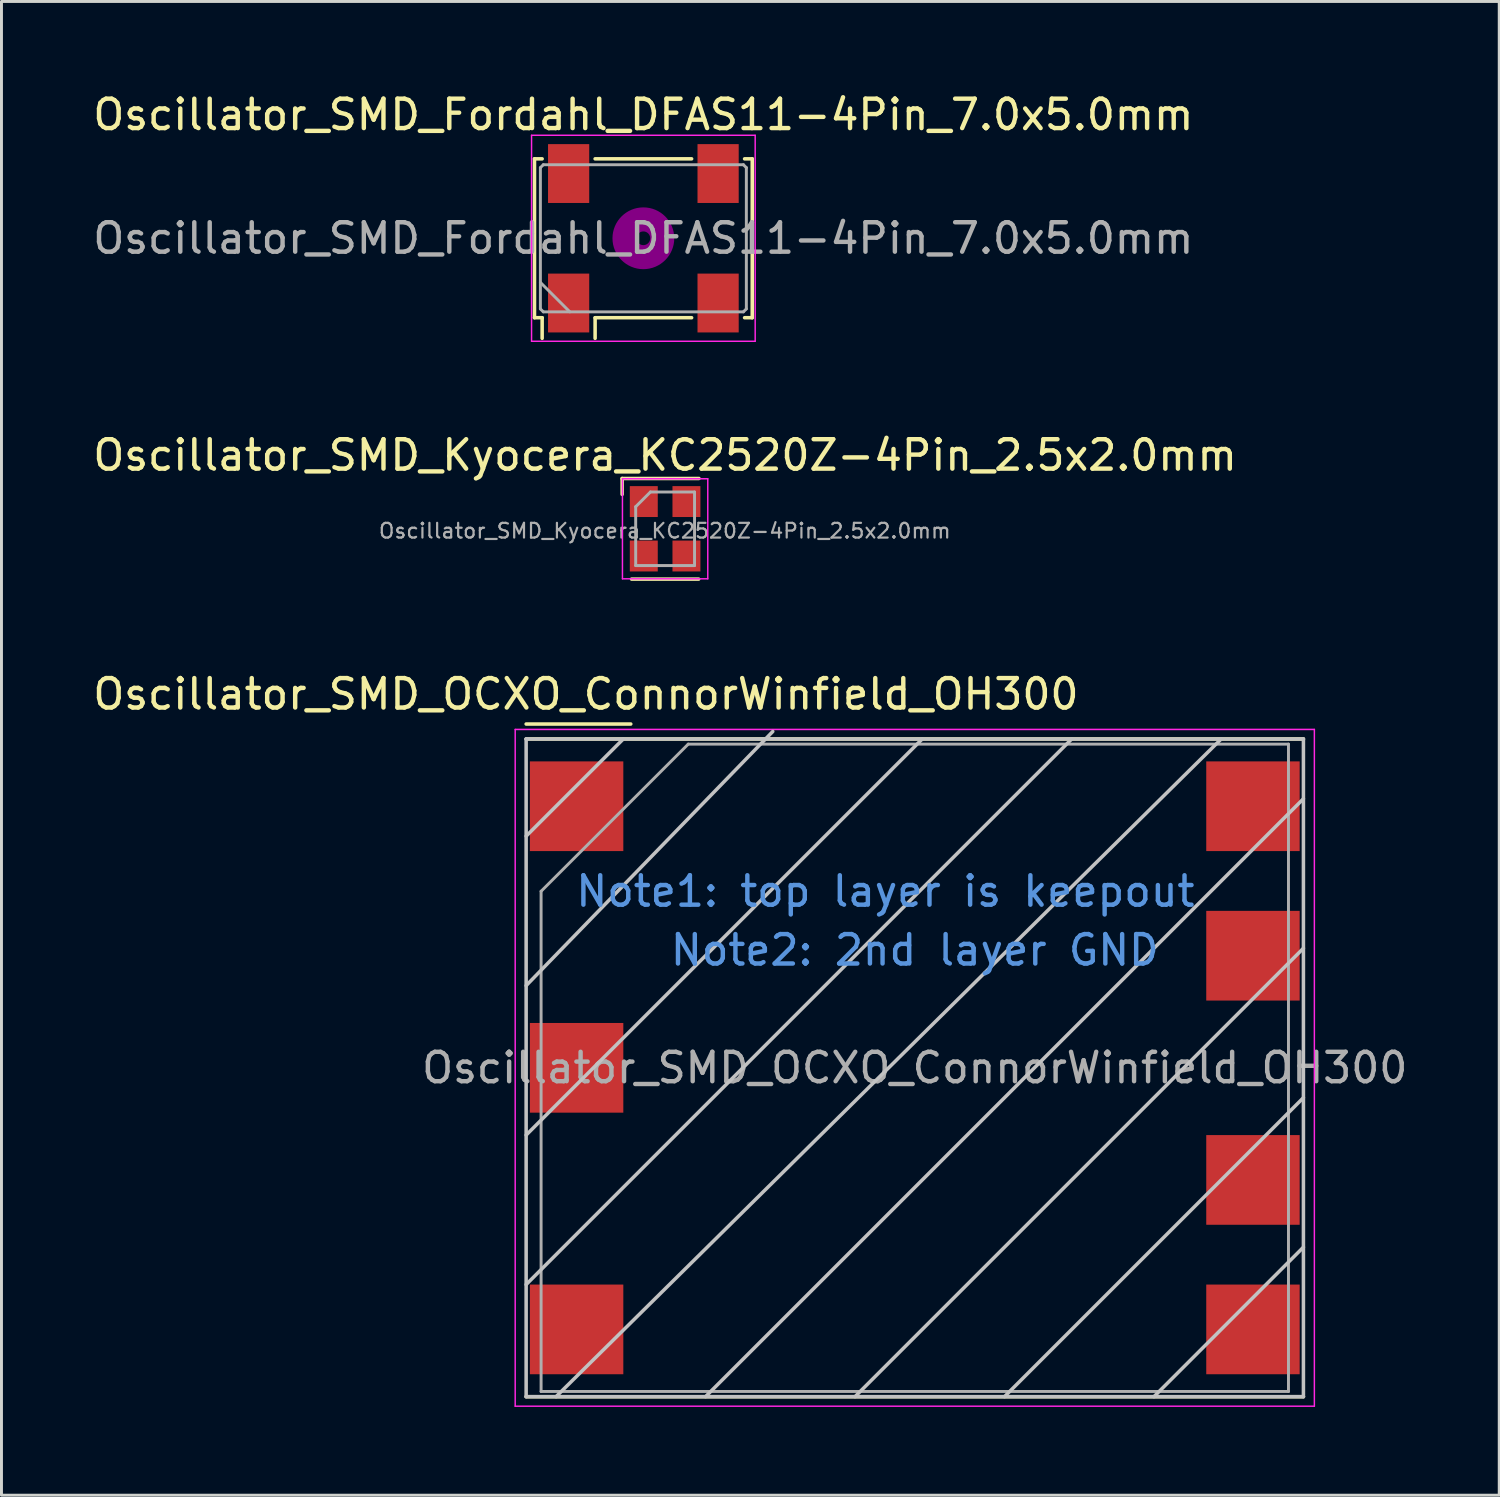
<source format=kicad_pcb>
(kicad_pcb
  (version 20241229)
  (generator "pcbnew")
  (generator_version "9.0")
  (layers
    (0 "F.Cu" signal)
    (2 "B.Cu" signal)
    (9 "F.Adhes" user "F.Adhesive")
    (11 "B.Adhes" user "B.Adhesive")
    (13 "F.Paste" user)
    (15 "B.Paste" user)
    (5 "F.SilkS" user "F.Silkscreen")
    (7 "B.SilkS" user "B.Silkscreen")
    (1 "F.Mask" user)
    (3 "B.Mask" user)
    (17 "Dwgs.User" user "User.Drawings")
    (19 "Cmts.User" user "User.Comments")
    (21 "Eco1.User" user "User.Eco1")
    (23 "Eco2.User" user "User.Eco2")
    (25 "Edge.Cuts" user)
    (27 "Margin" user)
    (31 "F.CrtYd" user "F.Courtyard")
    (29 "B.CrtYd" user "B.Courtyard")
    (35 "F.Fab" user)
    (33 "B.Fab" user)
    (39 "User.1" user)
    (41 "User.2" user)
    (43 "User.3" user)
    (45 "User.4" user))
  (footprint "Oscillator_SMD_Kyocera_KC2520Z-4Pin_2.5x2.0mm"
    (layer "F.Cu")
    (at 19.554 14.921)
    (property "Reference" "Oscillator_SMD_Kyocera_KC2520Z-4Pin_2.5x2.0mm" (at 0 -2.5 0) (layer "F.SilkS") (effects (font (size 1 1) (thickness 0.15))))
    (attr smd)
    (fp_line (start -1.46 -1.71) (end 1.15 -1.71) (stroke (width 0.12) (type solid)) (layer "F.SilkS"))
    (fp_line (start -1.46 -1.17) (end -1.46 -1.71) (stroke (width 0.12) (type solid)) (layer "F.SilkS"))
    (fp_line (start 1.14 1.71) (end -1.14 1.71) (stroke (width 0.12) (type solid)) (layer "F.SilkS"))
    (fp_line (start -1.45 -1.7) (end 1.45 -1.7) (stroke (width 0.05) (type solid)) (layer "F.CrtYd"))
    (fp_line (start -1.45 1.7) (end -1.45 -1.7) (stroke (width 0.05) (type solid)) (layer "F.CrtYd"))
    (fp_line (start 1.45 -1.7) (end 1.45 1.7) (stroke (width 0.05) (type solid)) (layer "F.CrtYd"))
    (fp_line (start 1.45 1.7) (end -1.45 1.7) (stroke (width 0.05) (type solid)) (layer "F.CrtYd"))
    (fp_line (start -1 1.25) (end -1 -0.75) (stroke (width 0.1) (type solid)) (layer "F.Fab"))
    (fp_line (start -0.5 -1.25) (end -1 -0.75) (stroke (width 0.1) (type solid)) (layer "F.Fab"))
    (fp_line (start -0.5 -1.25) (end 1 -1.25) (stroke (width 0.1) (type solid)) (layer "F.Fab"))
    (fp_line (start 1 -1.25) (end 1 1.25) (stroke (width 0.1) (type solid)) (layer "F.Fab"))
    (fp_line (start 1 1.25) (end -1 1.25) (stroke (width 0.1) (type solid)) (layer "F.Fab"))
    (fp_text user "${REFERENCE}" (at -0.01 0.07 0) (layer "F.Fab") (effects (font (size 0.5 0.5) (thickness 0.075))))
    (pad "1" smd rect (at -0.725 -0.925) (size 0.95 1.05) (layers "F.Cu" "F.Mask" "F.Paste"))
    (pad "2" smd rect (at -0.725 0.925) (size 0.95 1.05) (layers "F.Cu" "F.Mask" "F.Paste"))
    (pad "3" smd rect (at 0.725 0.925) (size 0.95 1.05) (layers "F.Cu" "F.Mask" "F.Paste"))
    (pad "4" smd rect (at 0.725 -0.925) (size 0.95 1.05) (layers "F.Cu" "F.Mask" "F.Paste")))
  (footprint "Oscillator_SMD_Fordahl_DFAS11-4Pin_7.0x5.0mm"
    (layer "F.Cu")
    (at 18.815 5.048)
    (property "Reference" "Oscillator_SMD_Fordahl_DFAS11-4Pin_7.0x5.0mm" (at 0 -4.2 0) (layer "F.SilkS") (effects (font (size 1 1) (thickness 0.15))))
    (attr smd)
    (fp_line (start -3.7 -2.7) (end -3.44 -2.7) (stroke (width 0.12) (type solid)) (layer "F.SilkS"))
    (fp_line (start -3.7 2.7) (end -3.7 -2.7) (stroke (width 0.12) (type solid)) (layer "F.SilkS"))
    (fp_line (start -3.44 2.7) (end -3.7 2.7) (stroke (width 0.12) (type solid)) (layer "F.SilkS"))
    (fp_line (start -3.44 3.4) (end -3.44 2.7) (stroke (width 0.12) (type solid)) (layer "F.SilkS"))
    (fp_line (start -1.64 -2.7) (end 1.64 -2.7) (stroke (width 0.12) (type solid)) (layer "F.SilkS"))
    (fp_line (start -1.64 2.7) (end -1.64 3.4) (stroke (width 0.12) (type solid)) (layer "F.SilkS"))
    (fp_line (start 1.64 2.7) (end -1.64 2.7) (stroke (width 0.12) (type solid)) (layer "F.SilkS"))
    (fp_line (start 3.44 -2.7) (end 3.7 -2.7) (stroke (width 0.12) (type solid)) (layer "F.SilkS"))
    (fp_line (start 3.7 -2.7) (end 3.7 2.7) (stroke (width 0.12) (type solid)) (layer "F.SilkS"))
    (fp_line (start 3.7 2.7) (end 3.44 2.7) (stroke (width 0.12) (type solid)) (layer "F.SilkS"))
    (fp_circle (center 0 0) (end 0.233 0) (stroke (width 0.467) (type solid)) (fill no) (layer "F.Adhes"))
    (fp_circle (center 0 0) (end 0.533 0) (stroke (width 0.333) (type solid)) (fill no) (layer "F.Adhes"))
    (fp_circle (center 0 0) (end 0.833 0) (stroke (width 0.333) (type solid)) (fill no) (layer "F.Adhes"))
    (fp_circle (center 0 0) (end 1 0) (stroke (width 0.1) (type solid)) (fill no) (layer "F.Adhes"))
    (fp_line (start -3.8 -3.5) (end -3.8 3.5) (stroke (width 0.05) (type solid)) (layer "F.CrtYd"))
    (fp_line (start -3.8 3.5) (end 3.8 3.5) (stroke (width 0.05) (type solid)) (layer "F.CrtYd"))
    (fp_line (start 3.8 -3.5) (end -3.8 -3.5) (stroke (width 0.05) (type solid)) (layer "F.CrtYd"))
    (fp_line (start 3.8 3.5) (end 3.8 -3.5) (stroke (width 0.05) (type solid)) (layer "F.CrtYd"))
    (fp_line (start -3.5 -2.4) (end -3.4 -2.5) (stroke (width 0.1) (type solid)) (layer "F.Fab"))
    (fp_line (start -3.5 1.5) (end -2.5 2.5) (stroke (width 0.1) (type solid)) (layer "F.Fab"))
    (fp_line (start -3.5 2.4) (end -3.5 -2.4) (stroke (width 0.1) (type solid)) (layer "F.Fab"))
    (fp_line (start -3.4 -2.5) (end 3.4 -2.5) (stroke (width 0.1) (type solid)) (layer "F.Fab"))
    (fp_line (start -3.4 2.5) (end -3.5 2.4) (stroke (width 0.1) (type solid)) (layer "F.Fab"))
    (fp_line (start 3.4 -2.5) (end 3.5 -2.4) (stroke (width 0.1) (type solid)) (layer "F.Fab"))
    (fp_line (start 3.4 2.5) (end -3.4 2.5) (stroke (width 0.1) (type solid)) (layer "F.Fab"))
    (fp_line (start 3.5 -2.4) (end 3.5 2.4) (stroke (width 0.1) (type solid)) (layer "F.Fab"))
    (fp_line (start 3.5 2.4) (end 3.4 2.5) (stroke (width 0.1) (type solid)) (layer "F.Fab"))
    (fp_text user "${REFERENCE}" (at 0 0 0) (layer "F.Fab") (effects (font (size 1 1) (thickness 0.15))))
    (pad "1" smd rect (at -2.54 2.2) (size 1.4 2) (layers "F.Cu" "F.Mask" "F.Paste"))
    (pad "2" smd rect (at 2.54 2.2) (size 1.4 2) (layers "F.Cu" "F.Mask" "F.Paste"))
    (pad "3" smd rect (at 2.54 -2.2) (size 1.4 2) (layers "F.Cu" "F.Mask" "F.Paste"))
    (pad "4" smd rect (at -2.54 -2.2) (size 1.4 2) (layers "F.Cu" "F.Mask" "F.Paste")))
  (footprint "Oscillator_SMD_OCXO_ConnorWinfield_OH300"
    (layer "F.Cu")
    (at 28.039 33.24)
    (property "Reference" "Oscillator_SMD_OCXO_ConnorWinfield_OH300" (at -11.176 -12.7 0) (layer "F.SilkS") (effects (font (size 1 1) (thickness 0.15))))
    (attr smd)
    (fp_line (start -13.208 -11.176) (end 13.208 -11.176) (stroke (width 0.12) (type solid)) (layer "F.SilkS"))
    (fp_line (start -9.652 -11.684) (end -13.208 -11.684) (stroke (width 0.12) (type solid)) (layer "F.SilkS"))
    (fp_line (start 13.208 11.176) (end -13.208 11.176) (stroke (width 0.12) (type solid)) (layer "F.SilkS"))
    (fp_line (start -13.208 -11.176) (end 13.208 -11.176) (stroke (width 0.12) (type solid)) (layer "Dwgs.User"))
    (fp_line (start -13.208 -7.874) (end -9.906 -11.176) (stroke (width 0.12) (type solid)) (layer "Dwgs.User"))
    (fp_line (start -13.208 2.286) (end 0.254 -11.176) (stroke (width 0.12) (type solid)) (layer "Dwgs.User"))
    (fp_line (start -13.208 11.176) (end -13.208 -11.176) (stroke (width 0.12) (type solid)) (layer "Dwgs.User"))
    (fp_line (start -12.192 11.176) (end 10.414 -11.176) (stroke (width 0.12) (type solid)) (layer "Dwgs.User"))
    (fp_line (start -4.826 -11.43) (end -13.208 -2.794) (stroke (width 0.12) (type solid)) (layer "Dwgs.User"))
    (fp_line (start -2.032 11.176) (end 13.208 -4.064) (stroke (width 0.12) (type solid)) (layer "Dwgs.User"))
    (fp_line (start 3.048 11.176) (end 13.208 1.016) (stroke (width 0.12) (type solid)) (layer "Dwgs.User"))
    (fp_line (start 5.334 -11.176) (end -13.208 7.366) (stroke (width 0.12) (type solid)) (layer "Dwgs.User"))
    (fp_line (start 13.208 -11.176) (end 13.208 11.176) (stroke (width 0.12) (type solid)) (layer "Dwgs.User"))
    (fp_line (start 13.208 -9.144) (end -7.112 11.176) (stroke (width 0.12) (type solid)) (layer "Dwgs.User"))
    (fp_line (start 13.208 6.096) (end 8.128 11.176) (stroke (width 0.12) (type solid)) (layer "Dwgs.User"))
    (fp_line (start 13.208 11.176) (end -13.208 11.176) (stroke (width 0.12) (type solid)) (layer "Dwgs.User"))
    (fp_line (start -13.58 -11.5) (end -13.58 11.5) (stroke (width 0.05) (type solid)) (layer "F.CrtYd"))
    (fp_line (start -13.58 11.5) (end 13.58 11.5) (stroke (width 0.05) (type solid)) (layer "F.CrtYd"))
    (fp_line (start 13.58 -11.5) (end -13.58 -11.5) (stroke (width 0.05) (type solid)) (layer "F.CrtYd"))
    (fp_line (start 13.58 11.5) (end 13.58 -11.5) (stroke (width 0.05) (type solid)) (layer "F.CrtYd"))
    (fp_line (start -12.7 11) (end -12.7 -6) (stroke (width 0.1) (type solid)) (layer "F.Fab"))
    (fp_line (start -7.7 -11) (end -12.7 -6) (stroke (width 0.1) (type solid)) (layer "F.Fab"))
    (fp_line (start -7.7 -11) (end 12.7 -11) (stroke (width 0.1) (type solid)) (layer "F.Fab"))
    (fp_line (start 12.7 -11) (end 12.7 11) (stroke (width 0.1) (type solid)) (layer "F.Fab"))
    (fp_line (start 12.7 11) (end -12.7 11) (stroke (width 0.1) (type solid)) (layer "F.Fab"))
    (fp_text user "Note1: top layer is keepout" (at -1 -6 0) (layer "Cmts.User") (effects (font (size 1 1) (thickness 0.15))))
    (fp_text user "Note2: 2nd layer GND" (at 0 -4 0) (layer "Cmts.User") (effects (font (size 1 1) (thickness 0.15))))
    (fp_text user "${REFERENCE}" (at 0 0 0) (layer "F.Fab") (effects (font (size 1 1) (thickness 0.15))))
    (pad "1" smd rect (at -11.493 -8.89 270) (size 3.048 3.175) (layers "F.Cu" "F.Mask" "F.Paste"))
    (pad "2" smd rect (at -11.493 0 270) (size 3.048 3.175) (layers "F.Cu" "F.Mask" "F.Paste"))
    (pad "3" smd rect (at -11.493 8.89 270) (size 3.048 3.175) (layers "F.Cu" "F.Mask" "F.Paste"))
    (pad "4" smd rect (at 11.493 8.89 270) (size 3.048 3.175) (layers "F.Cu" "F.Mask" "F.Paste"))
    (pad "5" smd rect (at 11.493 3.81 270) (size 3.048 3.175) (layers "F.Cu" "F.Mask" "F.Paste"))
    (pad "6" smd rect (at 11.493 -3.81 270) (size 3.048 3.175) (layers "F.Cu" "F.Mask" "F.Paste"))
    (pad "7" smd rect (at 11.493 -8.89 270) (size 3.048 3.175) (layers "F.Cu" "F.Mask" "F.Paste")))
  (gr_rect
    (start -3 -3)
    (end 47.902 47.765)
    (stroke (width 0.1) (type default))
    (fill no)
    (layer "Edge.Cuts")))
</source>
